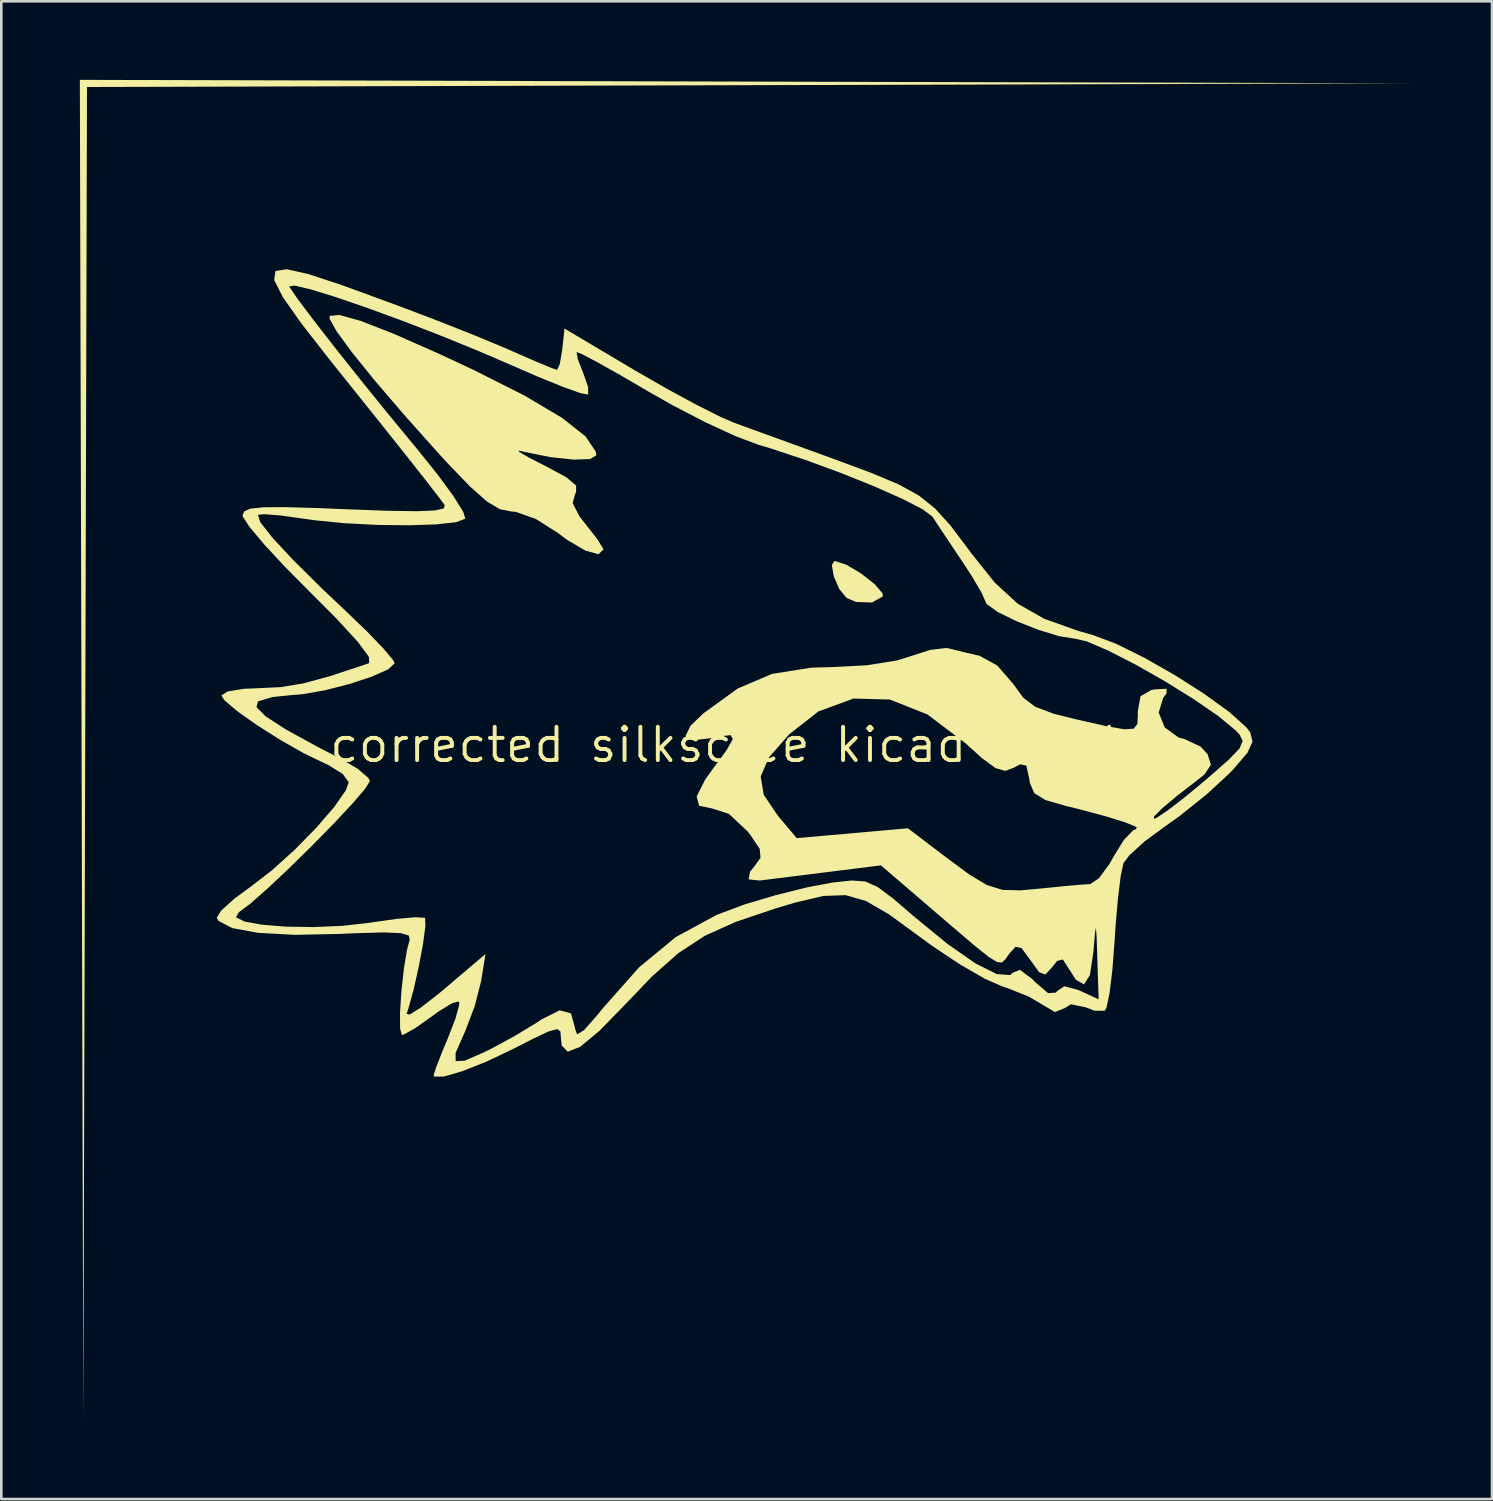
<source format=kicad_pcb>
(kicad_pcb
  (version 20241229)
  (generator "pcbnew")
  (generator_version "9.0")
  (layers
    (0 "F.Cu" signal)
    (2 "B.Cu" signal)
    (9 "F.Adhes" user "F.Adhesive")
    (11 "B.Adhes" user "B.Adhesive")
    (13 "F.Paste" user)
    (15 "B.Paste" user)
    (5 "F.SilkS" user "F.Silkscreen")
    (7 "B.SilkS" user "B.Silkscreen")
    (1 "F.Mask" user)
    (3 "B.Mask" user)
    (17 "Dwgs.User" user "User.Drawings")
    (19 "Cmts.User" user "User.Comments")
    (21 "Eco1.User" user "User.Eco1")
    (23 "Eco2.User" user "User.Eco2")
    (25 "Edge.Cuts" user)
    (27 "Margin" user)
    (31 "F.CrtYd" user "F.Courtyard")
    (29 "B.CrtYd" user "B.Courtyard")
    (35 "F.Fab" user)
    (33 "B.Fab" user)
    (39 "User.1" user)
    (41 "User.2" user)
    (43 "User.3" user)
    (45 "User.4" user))
  (footprint "corrected silkscree kicad F.SilkS"
    (layer "F.Cu")
    (at 25.4 25.4)
    (property "Reference" "corrected silkscree kicad F.SilkS" (at 0 0 0) (layer "F.SilkS") (effects (font (size 1.27 1.27) (thickness 0.15))))
    (attr board_only exclude_from_pos_files exclude_from_bom)
    (fp_poly (pts (xy 0.068 -25.334) (xy 25.535 -25.268) (xy 0.204 -25.197) (xy -25.127 -25.127) (xy -25.197 0.339) (xy -25.268 25.805) (xy -25.334 0.203) (xy -25.4 -25.4)) (stroke (width 0) (type solid)) (fill yes) (layer "F.SilkS"))
    (fp_poly (pts (xy 3.87 -6.884) (xy 4.435 -6.549) (xy 4.953 -6.143) (xy 5.255 -5.793) (xy 5.267 -5.67) (xy 4.854 -5.439) (xy 4.246 -5.459) (xy 3.887 -5.611) (xy 3.605 -5.952) (xy 3.393 -6.444) (xy 3.321 -6.872) (xy 3.427 -7.025)) (stroke (width 0) (type solid)) (fill yes) (layer "F.SilkS"))
    (fp_poly (pts (xy -14.677 -16.194) (xy -13.426 -15.707) (xy -11.723 -14.956) (xy -10.348 -14.314) (xy -8.409 -13.337) (xy -6.99 -12.495) (xy -6.086 -11.782) (xy -5.693 -11.198) (xy -5.674 -11.06) (xy -5.914 -10.917) (xy -6.542 -10.896) (xy -7.423 -10.99) (xy -8.422 -11.19) (xy -8.614 -11.239) (xy -8.633 -11.198) (xy -8.248 -10.974) (xy -7.62 -10.653) (xy -6.814 -10.219) (xy -6.446 -9.904) (xy -6.447 -9.643) (xy -6.48 -9.599) (xy -6.579 -9.232) (xy -6.304 -8.707) (xy -6.088 -8.435) (xy -5.652 -7.879) (xy -5.417 -7.506) (xy -5.404 -7.459) (xy -5.593 -7.282) (xy -6.09 -7.42) (xy -6.795 -7.833) (xy -7.161 -8.106) (xy -7.976 -8.624) (xy -8.745 -8.899) (xy -8.934 -8.917) (xy -9.358 -9.001) (xy -9.851 -9.295) (xy -10.494 -9.863) (xy -11.367 -10.77) (xy -11.712 -11.146) (xy -13.041 -12.636) (xy -14.156 -13.939) (xy -15.021 -15.011) (xy -15.602 -15.807) (xy -15.862 -16.282) (xy -15.858 -16.387) (xy -15.485 -16.419)) (stroke (width 0) (type solid)) (fill yes) (layer "F.SilkS"))
    (fp_poly (pts (xy -16.652 -17.977) (xy -15.396 -17.561) (xy -13.713 -16.946) (xy -12.97 -16.671) (xy -11.659 -16.171) (xy -10.334 -15.646) (xy -9.212 -15.18) (xy -8.842 -15.019) (xy -8.016 -14.657) (xy -7.41 -14.405) (xy -7.17 -14.321) (xy -7.067 -14.556) (xy -6.975 -15.112) (xy -6.89 -15.902) (xy -4.192 -14.299) (xy -2.998 -13.612) (xy -1.859 -12.994) (xy -0.919 -12.522) (xy -0.409 -12.302) (xy 0.312 -12.04) (xy 1.372 -11.655) (xy 2.605 -11.208) (xy 3.378 -10.927) (xy 4.82 -10.391) (xy 5.87 -9.951) (xy 6.645 -9.524) (xy 7.263 -9.031) (xy 7.842 -8.39) (xy 8.5 -7.522) (xy 8.634 -7.338) (xy 9.543 -6.197) (xy 10.418 -5.395) (xy 11.431 -4.817) (xy 12.754 -4.347) (xy 13.292 -4.195) (xy 14.171 -3.865) (xy 15.262 -3.326) (xy 16.433 -2.658) (xy 17.557 -1.94) (xy 18.505 -1.253) (xy 19.147 -0.677) (xy 19.298 -0.48) (xy 19.389 -0.13) (xy 19.199 0.297) (xy 18.665 0.922) (xy 18.504 1.09) (xy 17.634 1.892) (xy 16.599 2.721) (xy 16.041 3.117) (xy 15.269 3.686) (xy 14.686 4.214) (xy 14.458 4.52) (xy 14.356 4.993) (xy 14.249 5.855) (xy 14.154 6.956) (xy 14.119 7.505) (xy 14.034 8.614) (xy 13.924 9.505) (xy 13.807 10.049) (xy 13.749 10.153) (xy 13.354 10.154) (xy 13.017 10.023) (xy 12.453 9.908) (xy 12.207 10.058) (xy 11.839 10.202) (xy 11.423 9.957) (xy 10.854 9.619) (xy 10.053 9.297) (xy 9.863 9.238) (xy 9.171 8.936) (xy 8.218 8.386) (xy 7.161 7.683) (xy 6.638 7.3) (xy 5.507 6.474) (xy 4.63 5.964) (xy 3.847 5.739) (xy 2.997 5.769) (xy 1.921 6.023) (xy 1.177 6.245) (xy -0.347 6.759) (xy -1.529 7.291) (xy -2.541 7.952) (xy -3.553 8.85) (xy -4.54 9.88) (xy -5.559 10.925) (xy -6.293 11.533) (xy -6.765 11.717) (xy -6.995 11.486) (xy -7.026 11.198) (xy -7.045 10.943) (xy -7.172 10.852) (xy -7.506 10.947) (xy -8.148 11.253) (xy -8.846 11.61) (xy -9.879 12.101) (xy -10.799 12.465) (xy -11.496 12.667) (xy -11.861 12.67) (xy -11.889 12.617) (xy -11.791 12.307) (xy -11.541 11.672) (xy -11.342 11.198) (xy -11.054 10.453) (xy -10.912 9.934) (xy -10.919 9.797) (xy -11.187 9.868) (xy -11.715 10.194) (xy -11.965 10.376) (xy -12.579 10.81) (xy -13.017 11.057) (xy -13.098 11.079) (xy -13.169 10.839) (xy -13.172 10.229) (xy -13.119 9.412) (xy -13.025 8.553) (xy -12.903 7.816) (xy -12.802 7.441) (xy -12.836 7.281) (xy -13.142 7.19) (xy -13.799 7.163) (xy -14.884 7.193) (xy -15.452 7.219) (xy -17.191 7.255) (xy -18.583 7.179) (xy -19.574 6.999) (xy -20.106 6.722) (xy -20.172 6.608) (xy -20.157 6.581) (xy -19.44 6.581) (xy -19.118 6.745) (xy -18.453 6.867) (xy -17.543 6.941) (xy -16.486 6.958) (xy -15.382 6.912) (xy -14.328 6.793) (xy -14.255 6.781) (xy -13.302 6.646) (xy -12.576 6.582) (xy -12.223 6.604) (xy -12.215 6.61) (xy -12.202 6.919) (xy -12.291 7.585) (xy -12.45 8.443) (xy -12.648 9.326) (xy -12.852 10.068) (xy -12.92 10.268) (xy -12.808 10.302) (xy -12.376 10.032) (xy -11.71 9.515) (xy -11.489 9.331) (xy -9.908 7.988) (xy -10.076 9.027) (xy -10.318 9.977) (xy -10.694 10.967) (xy -10.763 11.113) (xy -11.051 11.771) (xy -11.046 12.08) (xy -10.697 12.061) (xy -9.952 11.735) (xy -9.649 11.584) (xy -8.77 11.106) (xy -7.962 10.615) (xy -7.77 10.486) (xy -7.074 10.139) (xy -6.64 10.254) (xy -6.485 10.824) (xy -6.485 10.849) (xy -6.409 11.056) (xy -6.147 10.898) (xy -5.65 10.337) (xy -5.436 10.071) (xy -4.041 8.495) (xy -2.637 7.338) (xy -1.081 6.494) (xy -0.03 6.099) (xy 1.171 5.741) (xy 2.385 5.439) (xy 3.356 5.256) (xy 3.396 5.251) (xy 4.086 5.179) (xy 4.594 5.216) (xy 5.071 5.427) (xy 5.667 5.873) (xy 6.424 6.524) (xy 7.727 7.594) (xy 8.805 8.345) (xy 9.619 8.752) (xy 10.127 8.792) (xy 10.237 8.697) (xy 10.506 8.593) (xy 10.962 8.931) (xy 11.079 9.052) (xy 11.579 9.481) (xy 11.88 9.461) (xy 11.92 9.408) (xy 12.199 9.219) (xy 12.716 9.355) (xy 12.816 9.399) (xy 13.511 9.716) (xy 13.462 8.168) (xy 13.433 7.318) (xy 13.408 6.986) (xy 13.375 7.15) (xy 13.321 7.788) (xy 13.312 7.904) (xy 13.177 8.792) (xy 12.953 9.147) (xy 12.64 8.97) (xy 12.404 8.598) (xy 12.144 8.196) (xy 11.925 8.251) (xy 11.74 8.486) (xy 11.474 8.772) (xy 11.238 8.683) (xy 10.915 8.235) (xy 10.568 7.763) (xy 10.337 7.709) (xy 10.087 7.988) (xy 9.945 8.195) (xy 9.818 8.311) (xy 9.632 8.294) (xy 9.315 8.099) (xy 8.793 7.684) (xy 7.995 7.005) (xy 6.988 6.14) (xy 5.195 4.601) (xy 2.962 4.881) (xy 1.918 5.012) (xy 1.092 5.115) (xy 0.621 5.173) (xy 0.567 5.18) (xy 0.143 5.137) (xy 0.196 4.845) (xy 0.35 4.654) (xy 0.597 4.309) (xy 0.566 3.973) (xy 0.223 3.459) (xy 0.102 3.303) (xy -0.611 2.635) (xy -1.236 2.432) (xy -1.748 2.324) (xy -1.843 1.972) (xy -1.522 1.334) (xy -1.431 1.205) (xy 0.603 1.205) (xy 0.72 1.906) (xy 1.254 2.698) (xy 1.26 2.706) (xy 1.98 3.561) (xy 4.103 3.373) (xy 6.226 3.185) (xy 7.639 4.26) (xy 8.566 4.946) (xy 9.242 5.353) (xy 9.84 5.538) (xy 10.531 5.556) (xy 11.349 5.481) (xy 12.241 5.39) (xy 12.938 5.331) (xy 13.19 5.317) (xy 13.522 5.094) (xy 13.93 4.539) (xy 14.074 4.278) (xy 14.471 3.635) (xy 14.835 3.258) (xy 14.935 3.219) (xy 14.969 3.143) (xy 14.562 2.971) (xy 13.797 2.732) (xy 12.758 2.453) (xy 12.295 2.34) (xy 11.478 2.107) (xy 11.055 1.846) (xy 10.883 1.452) (xy 10.859 1.287) (xy 10.75 0.791) (xy 10.509 0.742) (xy 10.269 0.873) (xy 9.942 0.993) (xy 9.571 0.886) (xy 9.038 0.491) (xy 8.426 -0.062) (xy 6.973 -1.162) (xy 5.541 -1.732) (xy 4.147 -1.77) (xy 2.808 -1.277) (xy 1.689 -0.402) (xy 0.92 0.477) (xy 0.603 1.205) (xy -1.431 1.205) (xy -1.264 0.971) (xy -0.699 0.199) (xy -0.46 -0.223) (xy -0.545 -0.372) (xy -0.951 -0.328) (xy -1.219 -0.269) (xy -1.983 -0.175) (xy -2.271 -0.332) (xy -2.079 -0.73) (xy -1.586 -1.204) (xy -0.269 -2.155) (xy 1.033 -2.711) (xy 2.53 -2.949) (xy 3.334 -2.972) (xy 4.672 -3.041) (xy 5.815 -3.227) (xy 6.337 -3.39) (xy 7.09 -3.63) (xy 7.696 -3.7) (xy 7.788 -3.685) (xy 8.4 -3.533) (xy 8.962 -3.403) (xy 9.635 -3.035) (xy 10.246 -2.332) (xy 10.256 -2.317) (xy 10.633 -1.801) (xy 11.09 -1.455) (xy 11.787 -1.192) (xy 12.696 -0.965) (xy 13.806 -0.716) (xy 14.491 -0.596) (xy 14.851 -0.619) (xy 14.99 -0.798) (xy 15.01 -1.149) (xy 15.007 -1.284) (xy 15.109 -1.858) (xy 15.526 -2.097) (xy 15.659 -2.12) (xy 16.107 -2.143) (xy 16.104 -1.963) (xy 15.978 -1.8) (xy 15.804 -1.238) (xy 16.034 -0.668) (xy 16.57 -0.278) (xy 16.793 -0.222) (xy 17.404 0.065) (xy 17.671 0.354) (xy 17.8 0.755) (xy 17.558 1.125) (xy 17.247 1.374) (xy 16.515 1.937) (xy 15.948 2.415) (xy 15.625 2.735) (xy 15.624 2.826) (xy 15.723 2.787) (xy 16.144 2.507) (xy 16.828 1.978) (xy 17.633 1.309) (xy 17.705 1.246) (xy 18.477 0.568) (xy 18.893 0.136) (xy 19.012 -0.152) (xy 18.893 -0.396) (xy 18.736 -0.559) (xy 18.077 -1.104) (xy 17.138 -1.75) (xy 16.044 -2.429) (xy 14.918 -3.069) (xy 13.883 -3.599) (xy 13.063 -3.95) (xy 12.63 -4.053) (xy 12.013 -4.15) (xy 11.207 -4.396) (xy 10.37 -4.726) (xy 9.661 -5.073) (xy 9.24 -5.373) (xy 9.187 -5.477) (xy 9.047 -5.799) (xy 8.685 -6.415) (xy 8.309 -6.995) (xy 7.78 -7.785) (xy 7.345 -8.439) (xy 7.161 -8.719) (xy 6.788 -8.999) (xy 6.009 -9.4) (xy 4.932 -9.877) (xy 3.663 -10.387) (xy 2.312 -10.884) (xy 0.985 -11.323) (xy 0.512 -11.465) (xy -0.359 -11.792) (xy -1.516 -12.326) (xy -2.786 -12.985) (xy -3.676 -13.491) (xy -4.736 -14.11) (xy -5.611 -14.603) (xy -6.207 -14.917) (xy -6.428 -15.004) (xy -6.385 -14.737) (xy -6.181 -14.22) (xy -5.988 -13.67) (xy -5.985 -13.38) (xy -6.268 -13.431) (xy -6.936 -13.669) (xy -7.884 -14.053) (xy -8.799 -14.451) (xy -10.184 -15.048) (xy -11.641 -15.641) (xy -13.089 -16.201) (xy -14.45 -16.699) (xy -15.641 -17.108) (xy -16.585 -17.398) (xy -17.199 -17.542) (xy -17.405 -17.512) (xy -17.398 -17.493) (xy -17.075 -17.023) (xy -16.473 -16.222) (xy -15.66 -15.177) (xy -14.702 -13.972) (xy -13.666 -12.692) (xy -12.619 -11.422) (xy -12.496 -11.274) (xy -11.725 -10.313) (xy -11.124 -9.491) (xy -10.756 -8.9) (xy -10.678 -8.64) (xy -11.024 -8.506) (xy -11.783 -8.422) (xy -12.829 -8.387) (xy -14.038 -8.402) (xy -15.283 -8.466) (xy -16.44 -8.58) (xy -16.872 -8.642) (xy -17.74 -8.763) (xy -18.37 -8.811) (xy -18.596 -8.785) (xy -18.509 -8.506) (xy -18.048 -7.917) (xy -17.254 -7.062) (xy -16.165 -5.983) (xy -15.266 -5.134) (xy -14.45 -4.35) (xy -13.811 -3.687) (xy -13.437 -3.24) (xy -13.376 -3.117) (xy -13.616 -2.889) (xy -14.239 -2.611) (xy -15.094 -2.328) (xy -16.032 -2.087) (xy -16.904 -1.934) (xy -17.294 -1.904) (xy -18.039 -1.828) (xy -18.574 -1.67) (xy -18.599 -1.655) (xy -18.653 -1.441) (xy -18.31 -1.094) (xy -17.54 -0.595) (xy -16.314 0.078) (xy -15.47 0.512) (xy -14.794 0.908) (xy -14.382 1.258) (xy -14.321 1.381) (xy -14.505 1.678) (xy -14.996 2.249) (xy -15.704 3.006) (xy -16.538 3.857) (xy -17.408 4.711) (xy -18.223 5.478) (xy -18.893 6.068) (xy -19.32 6.385) (xy -19.44 6.581) (xy -20.157 6.581) (xy -20.008 6.333) (xy -19.503 5.877) (xy -18.886 5.424) (xy -18.066 4.792) (xy -17.191 4.002) (xy -16.363 3.158) (xy -15.68 2.366) (xy -15.241 1.733) (xy -15.132 1.427) (xy -15.358 1.111) (xy -15.915 0.765) (xy -16.053 0.703) (xy -16.848 0.319) (xy -17.752 -0.195) (xy -18.64 -0.758) (xy -19.39 -1.288) (xy -19.877 -1.704) (xy -19.996 -1.888) (xy -19.752 -2.042) (xy -19.126 -2.143) (xy -18.577 -2.166) (xy -17.733 -2.206) (xy -16.877 -2.347) (xy -15.853 -2.623) (xy -14.503 -3.07) (xy -14.349 -3.124) (xy -14.361 -3.363) (xy -14.784 -3.936) (xy -15.611 -4.836) (xy -16.578 -5.805) (xy -17.539 -6.773) (xy -18.34 -7.636) (xy -18.91 -8.311) (xy -19.175 -8.716) (xy -19.185 -8.762) (xy -19.123 -8.92) (xy -18.885 -9.023) (xy -18.394 -9.075) (xy -17.572 -9.081) (xy -16.341 -9.046) (xy -15.224 -9) (xy -13.633 -8.941) (xy -12.522 -8.925) (xy -11.83 -8.954) (xy -11.498 -9.032) (xy -11.465 -9.157) (xy -11.696 -9.47) (xy -12.205 -10.126) (xy -12.93 -11.045) (xy -13.81 -12.151) (xy -14.461 -12.964) (xy -15.872 -14.726) (xy -16.936 -16.092) (xy -17.641 -17.091) (xy -17.977 -17.751) (xy -17.931 -18.1) (xy -17.494 -18.166)) (stroke (width 0) (type solid)) (fill yes) (layer "F.SilkS")))
  (gr_rect
    (start -3 -3)
    (end 53.935 54.205)
    (stroke (width 0.1) (type default))
    (fill no)
    (layer "Edge.Cuts")))
</source>
